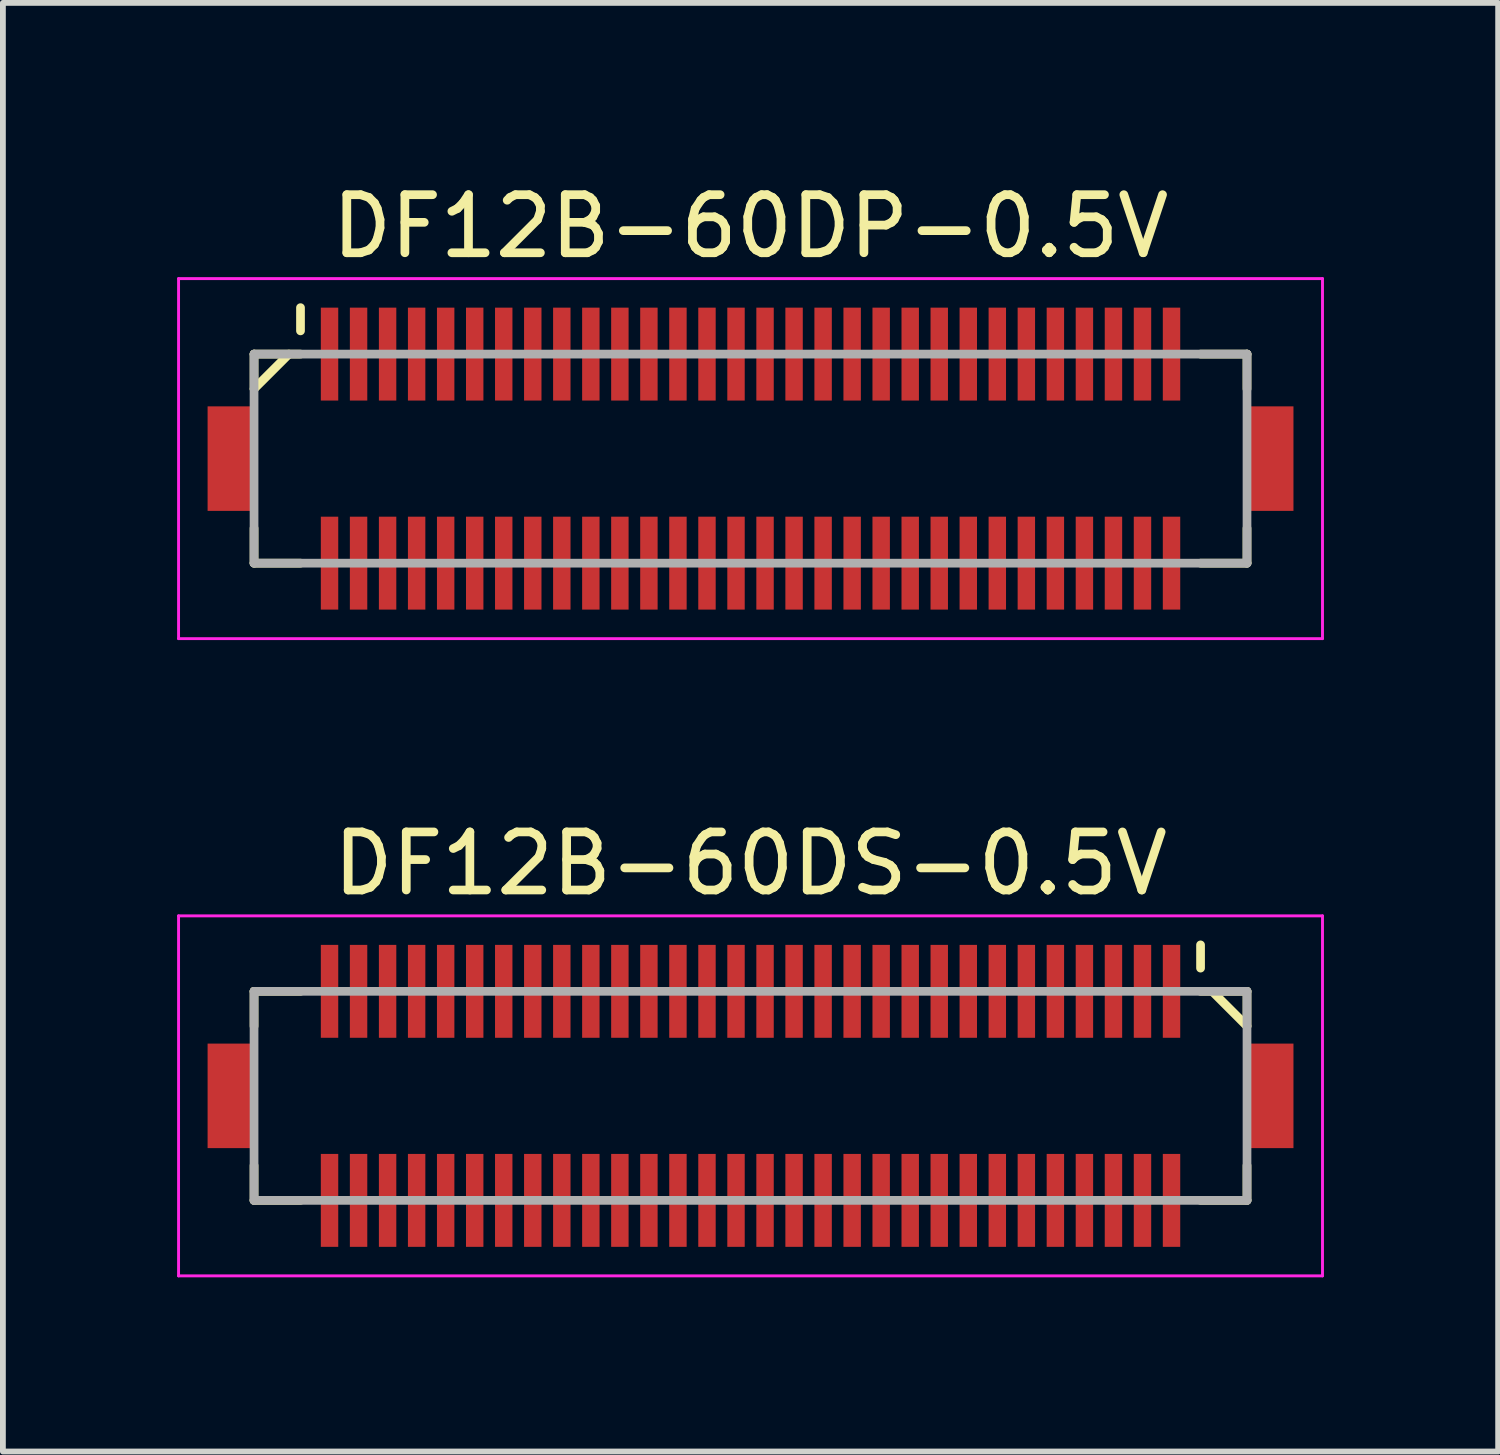
<source format=kicad_pcb>
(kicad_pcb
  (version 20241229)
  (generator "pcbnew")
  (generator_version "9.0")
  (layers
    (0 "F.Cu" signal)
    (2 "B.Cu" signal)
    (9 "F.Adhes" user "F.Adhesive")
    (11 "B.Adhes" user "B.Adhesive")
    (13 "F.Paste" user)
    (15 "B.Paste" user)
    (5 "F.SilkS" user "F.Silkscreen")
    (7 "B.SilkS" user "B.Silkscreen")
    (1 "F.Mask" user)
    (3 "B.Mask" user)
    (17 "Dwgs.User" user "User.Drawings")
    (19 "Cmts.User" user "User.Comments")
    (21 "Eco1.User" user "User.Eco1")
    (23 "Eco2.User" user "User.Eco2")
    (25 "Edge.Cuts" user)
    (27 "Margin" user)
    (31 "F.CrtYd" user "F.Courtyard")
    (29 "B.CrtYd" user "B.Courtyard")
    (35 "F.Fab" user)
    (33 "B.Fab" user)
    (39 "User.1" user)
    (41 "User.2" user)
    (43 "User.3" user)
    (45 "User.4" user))
  (footprint "DF12B-60DS-0.5V"
    (layer "F.Cu")
    (at 9.875 15.822)
    (property "Reference" "DF12B-60DS-0.5V" (at 0 -4 0) (layer "F.SilkS") (effects (font (size 1 1) (thickness 0.15))))
    (attr smd)
    (fp_line (start -8.55 -1.8) (end -8.55 -1.2) (stroke (width 0.15) (type solid)) (layer "F.SilkS"))
    (fp_line (start -8.55 -1.8) (end -7.75 -1.8) (stroke (width 0.15) (type solid)) (layer "F.SilkS"))
    (fp_line (start -8.55 1.2) (end -8.55 1.8) (stroke (width 0.15) (type solid)) (layer "F.SilkS"))
    (fp_line (start -8.55 1.8) (end -7.75 1.8) (stroke (width 0.15) (type solid)) (layer "F.SilkS"))
    (fp_line (start 7.75 -2.6) (end 7.75 -2.2) (stroke (width 0.15) (type solid)) (layer "F.SilkS"))
    (fp_line (start 7.75 -1.8) (end 8.55 -1.8) (stroke (width 0.15) (type solid)) (layer "F.SilkS"))
    (fp_line (start 7.75 1.8) (end 8.55 1.8) (stroke (width 0.15) (type solid)) (layer "F.SilkS"))
    (fp_line (start 7.95 -1.8) (end 8.55 -1.2) (stroke (width 0.15) (type solid)) (layer "F.SilkS"))
    (fp_line (start 8.55 -1.8) (end 8.55 -1.2) (stroke (width 0.15) (type solid)) (layer "F.SilkS"))
    (fp_line (start 8.55 1.2) (end 8.55 1.8) (stroke (width 0.15) (type solid)) (layer "F.SilkS"))
    (fp_line (start -9.85 -3.1) (end -9.85 3.1) (stroke (width 0.05) (type solid)) (layer "F.CrtYd"))
    (fp_line (start -9.85 -3.1) (end 9.85 -3.1) (stroke (width 0.05) (type solid)) (layer "F.CrtYd"))
    (fp_line (start -9.85 3.1) (end 9.85 3.1) (stroke (width 0.05) (type solid)) (layer "F.CrtYd"))
    (fp_line (start 9.85 -3.1) (end 9.85 3.1) (stroke (width 0.05) (type solid)) (layer "F.CrtYd"))
    (fp_line (start -8.55 -1.8) (end -8.55 1.8) (stroke (width 0.15) (type solid)) (layer "F.Fab"))
    (fp_line (start -8.55 -1.8) (end 8.55 -1.8) (stroke (width 0.15) (type solid)) (layer "F.Fab"))
    (fp_line (start -8.55 1.8) (end 8.55 1.8) (stroke (width 0.15) (type solid)) (layer "F.Fab"))
    (fp_line (start 8.55 -1.8) (end 8.55 1.8) (stroke (width 0.15) (type solid)) (layer "F.Fab"))
    (pad "1" smd rect (at 7.25 -1.8) (size 0.3 1.6) (layers "F.Cu" "F.Mask" "F.Paste"))
    (pad "2" smd rect (at 7.25 1.8) (size 0.3 1.6) (layers "F.Cu" "F.Mask" "F.Paste"))
    (pad "3" smd rect (at 6.75 -1.8) (size 0.3 1.6) (layers "F.Cu" "F.Mask" "F.Paste"))
    (pad "4" smd rect (at 6.75 1.8) (size 0.3 1.6) (layers "F.Cu" "F.Mask" "F.Paste"))
    (pad "5" smd rect (at 6.25 -1.8) (size 0.3 1.6) (layers "F.Cu" "F.Mask" "F.Paste"))
    (pad "6" smd rect (at 6.25 1.8) (size 0.3 1.6) (layers "F.Cu" "F.Mask" "F.Paste"))
    (pad "7" smd rect (at 5.75 -1.8) (size 0.3 1.6) (layers "F.Cu" "F.Mask" "F.Paste"))
    (pad "8" smd rect (at 5.75 1.8) (size 0.3 1.6) (layers "F.Cu" "F.Mask" "F.Paste"))
    (pad "9" smd rect (at 5.25 -1.8) (size 0.3 1.6) (layers "F.Cu" "F.Mask" "F.Paste"))
    (pad "10" smd rect (at 5.25 1.8) (size 0.3 1.6) (layers "F.Cu" "F.Mask" "F.Paste"))
    (pad "11" smd rect (at 4.75 -1.8) (size 0.3 1.6) (layers "F.Cu" "F.Mask" "F.Paste"))
    (pad "12" smd rect (at 4.75 1.8) (size 0.3 1.6) (layers "F.Cu" "F.Mask" "F.Paste"))
    (pad "13" smd rect (at 4.25 -1.8) (size 0.3 1.6) (layers "F.Cu" "F.Mask" "F.Paste"))
    (pad "14" smd rect (at 4.25 1.8) (size 0.3 1.6) (layers "F.Cu" "F.Mask" "F.Paste"))
    (pad "15" smd rect (at 3.75 -1.8) (size 0.3 1.6) (layers "F.Cu" "F.Mask" "F.Paste"))
    (pad "16" smd rect (at 3.75 1.8) (size 0.3 1.6) (layers "F.Cu" "F.Mask" "F.Paste"))
    (pad "17" smd rect (at 3.25 -1.8) (size 0.3 1.6) (layers "F.Cu" "F.Mask" "F.Paste"))
    (pad "18" smd rect (at 3.25 1.8) (size 0.3 1.6) (layers "F.Cu" "F.Mask" "F.Paste"))
    (pad "19" smd rect (at 2.75 -1.8) (size 0.3 1.6) (layers "F.Cu" "F.Mask" "F.Paste"))
    (pad "20" smd rect (at 2.75 1.8) (size 0.3 1.6) (layers "F.Cu" "F.Mask" "F.Paste"))
    (pad "21" smd rect (at 2.25 -1.8) (size 0.3 1.6) (layers "F.Cu" "F.Mask" "F.Paste"))
    (pad "22" smd rect (at 2.25 1.8) (size 0.3 1.6) (layers "F.Cu" "F.Mask" "F.Paste"))
    (pad "23" smd rect (at 1.75 -1.8) (size 0.3 1.6) (layers "F.Cu" "F.Mask" "F.Paste"))
    (pad "24" smd rect (at 1.75 1.8) (size 0.3 1.6) (layers "F.Cu" "F.Mask" "F.Paste"))
    (pad "25" smd rect (at 1.25 -1.8) (size 0.3 1.6) (layers "F.Cu" "F.Mask" "F.Paste"))
    (pad "26" smd rect (at 1.25 1.8) (size 0.3 1.6) (layers "F.Cu" "F.Mask" "F.Paste"))
    (pad "27" smd rect (at 0.75 -1.8) (size 0.3 1.6) (layers "F.Cu" "F.Mask" "F.Paste"))
    (pad "28" smd rect (at 0.75 1.8) (size 0.3 1.6) (layers "F.Cu" "F.Mask" "F.Paste"))
    (pad "29" smd rect (at 0.25 -1.8) (size 0.3 1.6) (layers "F.Cu" "F.Mask" "F.Paste"))
    (pad "30" smd rect (at 0.25 1.8) (size 0.3 1.6) (layers "F.Cu" "F.Mask" "F.Paste"))
    (pad "31" smd rect (at -0.25 -1.8) (size 0.3 1.6) (layers "F.Cu" "F.Mask" "F.Paste"))
    (pad "32" smd rect (at -0.25 1.8) (size 0.3 1.6) (layers "F.Cu" "F.Mask" "F.Paste"))
    (pad "33" smd rect (at -0.75 -1.8) (size 0.3 1.6) (layers "F.Cu" "F.Mask" "F.Paste"))
    (pad "34" smd rect (at -0.75 1.8) (size 0.3 1.6) (layers "F.Cu" "F.Mask" "F.Paste"))
    (pad "35" smd rect (at -1.25 -1.8) (size 0.3 1.6) (layers "F.Cu" "F.Mask" "F.Paste"))
    (pad "36" smd rect (at -1.25 1.8) (size 0.3 1.6) (layers "F.Cu" "F.Mask" "F.Paste"))
    (pad "37" smd rect (at -1.75 -1.8) (size 0.3 1.6) (layers "F.Cu" "F.Mask" "F.Paste"))
    (pad "38" smd rect (at -1.75 1.8) (size 0.3 1.6) (layers "F.Cu" "F.Mask" "F.Paste"))
    (pad "39" smd rect (at -2.25 -1.8) (size 0.3 1.6) (layers "F.Cu" "F.Mask" "F.Paste"))
    (pad "40" smd rect (at -2.25 1.8) (size 0.3 1.6) (layers "F.Cu" "F.Mask" "F.Paste"))
    (pad "41" smd rect (at -2.75 -1.8) (size 0.3 1.6) (layers "F.Cu" "F.Mask" "F.Paste"))
    (pad "42" smd rect (at -2.75 1.8) (size 0.3 1.6) (layers "F.Cu" "F.Mask" "F.Paste"))
    (pad "43" smd rect (at -3.25 -1.8) (size 0.3 1.6) (layers "F.Cu" "F.Mask" "F.Paste"))
    (pad "44" smd rect (at -3.25 1.8) (size 0.3 1.6) (layers "F.Cu" "F.Mask" "F.Paste"))
    (pad "45" smd rect (at -3.75 -1.8) (size 0.3 1.6) (layers "F.Cu" "F.Mask" "F.Paste"))
    (pad "46" smd rect (at -3.75 1.8) (size 0.3 1.6) (layers "F.Cu" "F.Mask" "F.Paste"))
    (pad "47" smd rect (at -4.25 -1.8) (size 0.3 1.6) (layers "F.Cu" "F.Mask" "F.Paste"))
    (pad "48" smd rect (at -4.25 1.8) (size 0.3 1.6) (layers "F.Cu" "F.Mask" "F.Paste"))
    (pad "49" smd rect (at -4.75 -1.8) (size 0.3 1.6) (layers "F.Cu" "F.Mask" "F.Paste"))
    (pad "50" smd rect (at -4.75 1.8) (size 0.3 1.6) (layers "F.Cu" "F.Mask" "F.Paste"))
    (pad "51" smd rect (at -5.25 -1.8) (size 0.3 1.6) (layers "F.Cu" "F.Mask" "F.Paste"))
    (pad "52" smd rect (at -5.25 1.8) (size 0.3 1.6) (layers "F.Cu" "F.Mask" "F.Paste"))
    (pad "53" smd rect (at -5.75 -1.8) (size 0.3 1.6) (layers "F.Cu" "F.Mask" "F.Paste"))
    (pad "54" smd rect (at -5.75 1.8) (size 0.3 1.6) (layers "F.Cu" "F.Mask" "F.Paste"))
    (pad "55" smd rect (at -6.25 -1.8) (size 0.3 1.6) (layers "F.Cu" "F.Mask" "F.Paste"))
    (pad "56" smd rect (at -6.25 1.8) (size 0.3 1.6) (layers "F.Cu" "F.Mask" "F.Paste"))
    (pad "57" smd rect (at -6.75 -1.8) (size 0.3 1.6) (layers "F.Cu" "F.Mask" "F.Paste"))
    (pad "58" smd rect (at -6.75 1.8) (size 0.3 1.6) (layers "F.Cu" "F.Mask" "F.Paste"))
    (pad "59" smd rect (at -7.25 -1.8) (size 0.3 1.6) (layers "F.Cu" "F.Mask" "F.Paste"))
    (pad "60" smd rect (at -7.25 1.8) (size 0.3 1.6) (layers "F.Cu" "F.Mask" "F.Paste"))
    (pad "S" smd rect (at -8.95 0) (size 0.8 1.8) (layers "F.Cu" "F.Mask" "F.Paste"))
    (pad "S" smd rect (at 8.95 0) (size 0.8 1.8) (layers "F.Cu" "F.Mask" "F.Paste")))
  (footprint "DF12B-60DP-0.5V"
    (layer "F.Cu")
    (at 9.875 4.848)
    (property "Reference" "DF12B-60DP-0.5V" (at 0 -4 0) (layer "F.SilkS") (effects (font (size 1 1) (thickness 0.15))))
    (attr smd)
    (fp_line (start -8.55 -1.8) (end -8.55 -1.2) (stroke (width 0.15) (type solid)) (layer "F.SilkS"))
    (fp_line (start -8.55 -1.8) (end -7.75 -1.8) (stroke (width 0.15) (type solid)) (layer "F.SilkS"))
    (fp_line (start -8.55 1.2) (end -8.55 1.8) (stroke (width 0.15) (type solid)) (layer "F.SilkS"))
    (fp_line (start -8.55 1.8) (end -7.75 1.8) (stroke (width 0.15) (type solid)) (layer "F.SilkS"))
    (fp_line (start -7.95 -1.8) (end -8.55 -1.2) (stroke (width 0.15) (type solid)) (layer "F.SilkS"))
    (fp_line (start -7.75 -2.6) (end -7.75 -2.2) (stroke (width 0.15) (type solid)) (layer "F.SilkS"))
    (fp_line (start 7.75 -1.8) (end 8.55 -1.8) (stroke (width 0.15) (type solid)) (layer "F.SilkS"))
    (fp_line (start 7.75 1.8) (end 8.55 1.8) (stroke (width 0.15) (type solid)) (layer "F.SilkS"))
    (fp_line (start 8.55 -1.8) (end 8.55 -1.2) (stroke (width 0.15) (type solid)) (layer "F.SilkS"))
    (fp_line (start 8.55 1.2) (end 8.55 1.8) (stroke (width 0.15) (type solid)) (layer "F.SilkS"))
    (fp_line (start -9.85 -3.1) (end -9.85 3.1) (stroke (width 0.05) (type solid)) (layer "F.CrtYd"))
    (fp_line (start -9.85 -3.1) (end 9.85 -3.1) (stroke (width 0.05) (type solid)) (layer "F.CrtYd"))
    (fp_line (start -9.85 3.1) (end 9.85 3.1) (stroke (width 0.05) (type solid)) (layer "F.CrtYd"))
    (fp_line (start 9.85 -3.1) (end 9.85 3.1) (stroke (width 0.05) (type solid)) (layer "F.CrtYd"))
    (fp_line (start -8.55 -1.8) (end -8.55 1.8) (stroke (width 0.15) (type solid)) (layer "F.Fab"))
    (fp_line (start -8.55 -1.8) (end 8.55 -1.8) (stroke (width 0.15) (type solid)) (layer "F.Fab"))
    (fp_line (start -8.55 1.8) (end 8.55 1.8) (stroke (width 0.15) (type solid)) (layer "F.Fab"))
    (fp_line (start 8.55 -1.8) (end 8.55 1.8) (stroke (width 0.15) (type solid)) (layer "F.Fab"))
    (pad "1" smd rect (at -7.25 -1.8) (size 0.3 1.6) (layers "F.Cu" "F.Mask" "F.Paste"))
    (pad "2" smd rect (at -7.25 1.8) (size 0.3 1.6) (layers "F.Cu" "F.Mask" "F.Paste"))
    (pad "3" smd rect (at -6.75 -1.8) (size 0.3 1.6) (layers "F.Cu" "F.Mask" "F.Paste"))
    (pad "4" smd rect (at -6.75 1.8) (size 0.3 1.6) (layers "F.Cu" "F.Mask" "F.Paste"))
    (pad "5" smd rect (at -6.25 -1.8) (size 0.3 1.6) (layers "F.Cu" "F.Mask" "F.Paste"))
    (pad "6" smd rect (at -6.25 1.8) (size 0.3 1.6) (layers "F.Cu" "F.Mask" "F.Paste"))
    (pad "7" smd rect (at -5.75 -1.8) (size 0.3 1.6) (layers "F.Cu" "F.Mask" "F.Paste"))
    (pad "8" smd rect (at -5.75 1.8) (size 0.3 1.6) (layers "F.Cu" "F.Mask" "F.Paste"))
    (pad "9" smd rect (at -5.25 -1.8) (size 0.3 1.6) (layers "F.Cu" "F.Mask" "F.Paste"))
    (pad "10" smd rect (at -5.25 1.8) (size 0.3 1.6) (layers "F.Cu" "F.Mask" "F.Paste"))
    (pad "11" smd rect (at -4.75 -1.8) (size 0.3 1.6) (layers "F.Cu" "F.Mask" "F.Paste"))
    (pad "12" smd rect (at -4.75 1.8) (size 0.3 1.6) (layers "F.Cu" "F.Mask" "F.Paste"))
    (pad "13" smd rect (at -4.25 -1.8) (size 0.3 1.6) (layers "F.Cu" "F.Mask" "F.Paste"))
    (pad "14" smd rect (at -4.25 1.8) (size 0.3 1.6) (layers "F.Cu" "F.Mask" "F.Paste"))
    (pad "15" smd rect (at -3.75 -1.8) (size 0.3 1.6) (layers "F.Cu" "F.Mask" "F.Paste"))
    (pad "16" smd rect (at -3.75 1.8) (size 0.3 1.6) (layers "F.Cu" "F.Mask" "F.Paste"))
    (pad "17" smd rect (at -3.25 -1.8) (size 0.3 1.6) (layers "F.Cu" "F.Mask" "F.Paste"))
    (pad "18" smd rect (at -3.25 1.8) (size 0.3 1.6) (layers "F.Cu" "F.Mask" "F.Paste"))
    (pad "19" smd rect (at -2.75 -1.8) (size 0.3 1.6) (layers "F.Cu" "F.Mask" "F.Paste"))
    (pad "20" smd rect (at -2.75 1.8) (size 0.3 1.6) (layers "F.Cu" "F.Mask" "F.Paste"))
    (pad "21" smd rect (at -2.25 -1.8) (size 0.3 1.6) (layers "F.Cu" "F.Mask" "F.Paste"))
    (pad "22" smd rect (at -2.25 1.8) (size 0.3 1.6) (layers "F.Cu" "F.Mask" "F.Paste"))
    (pad "23" smd rect (at -1.75 -1.8) (size 0.3 1.6) (layers "F.Cu" "F.Mask" "F.Paste"))
    (pad "24" smd rect (at -1.75 1.8) (size 0.3 1.6) (layers "F.Cu" "F.Mask" "F.Paste"))
    (pad "25" smd rect (at -1.25 -1.8) (size 0.3 1.6) (layers "F.Cu" "F.Mask" "F.Paste"))
    (pad "26" smd rect (at -1.25 1.8) (size 0.3 1.6) (layers "F.Cu" "F.Mask" "F.Paste"))
    (pad "27" smd rect (at -0.75 -1.8) (size 0.3 1.6) (layers "F.Cu" "F.Mask" "F.Paste"))
    (pad "28" smd rect (at -0.75 1.8) (size 0.3 1.6) (layers "F.Cu" "F.Mask" "F.Paste"))
    (pad "29" smd rect (at -0.25 -1.8) (size 0.3 1.6) (layers "F.Cu" "F.Mask" "F.Paste"))
    (pad "30" smd rect (at -0.25 1.8) (size 0.3 1.6) (layers "F.Cu" "F.Mask" "F.Paste"))
    (pad "31" smd rect (at 0.25 -1.8) (size 0.3 1.6) (layers "F.Cu" "F.Mask" "F.Paste"))
    (pad "32" smd rect (at 0.25 1.8) (size 0.3 1.6) (layers "F.Cu" "F.Mask" "F.Paste"))
    (pad "33" smd rect (at 0.75 -1.8) (size 0.3 1.6) (layers "F.Cu" "F.Mask" "F.Paste"))
    (pad "34" smd rect (at 0.75 1.8) (size 0.3 1.6) (layers "F.Cu" "F.Mask" "F.Paste"))
    (pad "35" smd rect (at 1.25 -1.8) (size 0.3 1.6) (layers "F.Cu" "F.Mask" "F.Paste"))
    (pad "36" smd rect (at 1.25 1.8) (size 0.3 1.6) (layers "F.Cu" "F.Mask" "F.Paste"))
    (pad "37" smd rect (at 1.75 -1.8) (size 0.3 1.6) (layers "F.Cu" "F.Mask" "F.Paste"))
    (pad "38" smd rect (at 1.75 1.8) (size 0.3 1.6) (layers "F.Cu" "F.Mask" "F.Paste"))
    (pad "39" smd rect (at 2.25 -1.8) (size 0.3 1.6) (layers "F.Cu" "F.Mask" "F.Paste"))
    (pad "40" smd rect (at 2.25 1.8) (size 0.3 1.6) (layers "F.Cu" "F.Mask" "F.Paste"))
    (pad "41" smd rect (at 2.75 -1.8) (size 0.3 1.6) (layers "F.Cu" "F.Mask" "F.Paste"))
    (pad "42" smd rect (at 2.75 1.8) (size 0.3 1.6) (layers "F.Cu" "F.Mask" "F.Paste"))
    (pad "43" smd rect (at 3.25 -1.8) (size 0.3 1.6) (layers "F.Cu" "F.Mask" "F.Paste"))
    (pad "44" smd rect (at 3.25 1.8) (size 0.3 1.6) (layers "F.Cu" "F.Mask" "F.Paste"))
    (pad "45" smd rect (at 3.75 -1.8) (size 0.3 1.6) (layers "F.Cu" "F.Mask" "F.Paste"))
    (pad "46" smd rect (at 3.75 1.8) (size 0.3 1.6) (layers "F.Cu" "F.Mask" "F.Paste"))
    (pad "47" smd rect (at 4.25 -1.8) (size 0.3 1.6) (layers "F.Cu" "F.Mask" "F.Paste"))
    (pad "48" smd rect (at 4.25 1.8) (size 0.3 1.6) (layers "F.Cu" "F.Mask" "F.Paste"))
    (pad "49" smd rect (at 4.75 -1.8) (size 0.3 1.6) (layers "F.Cu" "F.Mask" "F.Paste"))
    (pad "50" smd rect (at 4.75 1.8) (size 0.3 1.6) (layers "F.Cu" "F.Mask" "F.Paste"))
    (pad "51" smd rect (at 5.25 -1.8) (size 0.3 1.6) (layers "F.Cu" "F.Mask" "F.Paste"))
    (pad "52" smd rect (at 5.25 1.8) (size 0.3 1.6) (layers "F.Cu" "F.Mask" "F.Paste"))
    (pad "53" smd rect (at 5.75 -1.8) (size 0.3 1.6) (layers "F.Cu" "F.Mask" "F.Paste"))
    (pad "54" smd rect (at 5.75 1.8) (size 0.3 1.6) (layers "F.Cu" "F.Mask" "F.Paste"))
    (pad "55" smd rect (at 6.25 -1.8) (size 0.3 1.6) (layers "F.Cu" "F.Mask" "F.Paste"))
    (pad "56" smd rect (at 6.25 1.8) (size 0.3 1.6) (layers "F.Cu" "F.Mask" "F.Paste"))
    (pad "57" smd rect (at 6.75 -1.8) (size 0.3 1.6) (layers "F.Cu" "F.Mask" "F.Paste"))
    (pad "58" smd rect (at 6.75 1.8) (size 0.3 1.6) (layers "F.Cu" "F.Mask" "F.Paste"))
    (pad "59" smd rect (at 7.25 -1.8) (size 0.3 1.6) (layers "F.Cu" "F.Mask" "F.Paste"))
    (pad "60" smd rect (at 7.25 1.8) (size 0.3 1.6) (layers "F.Cu" "F.Mask" "F.Paste"))
    (pad "S" smd rect (at -8.95 0) (size 0.8 1.8) (layers "F.Cu" "F.Mask" "F.Paste"))
    (pad "S" smd rect (at 8.95 0) (size 0.8 1.8) (layers "F.Cu" "F.Mask" "F.Paste")))
  (gr_rect
    (start -3 -3)
    (end 22.75 21.947)
    (stroke (width 0.1) (type default))
    (fill no)
    (layer "Edge.Cuts")))
</source>
